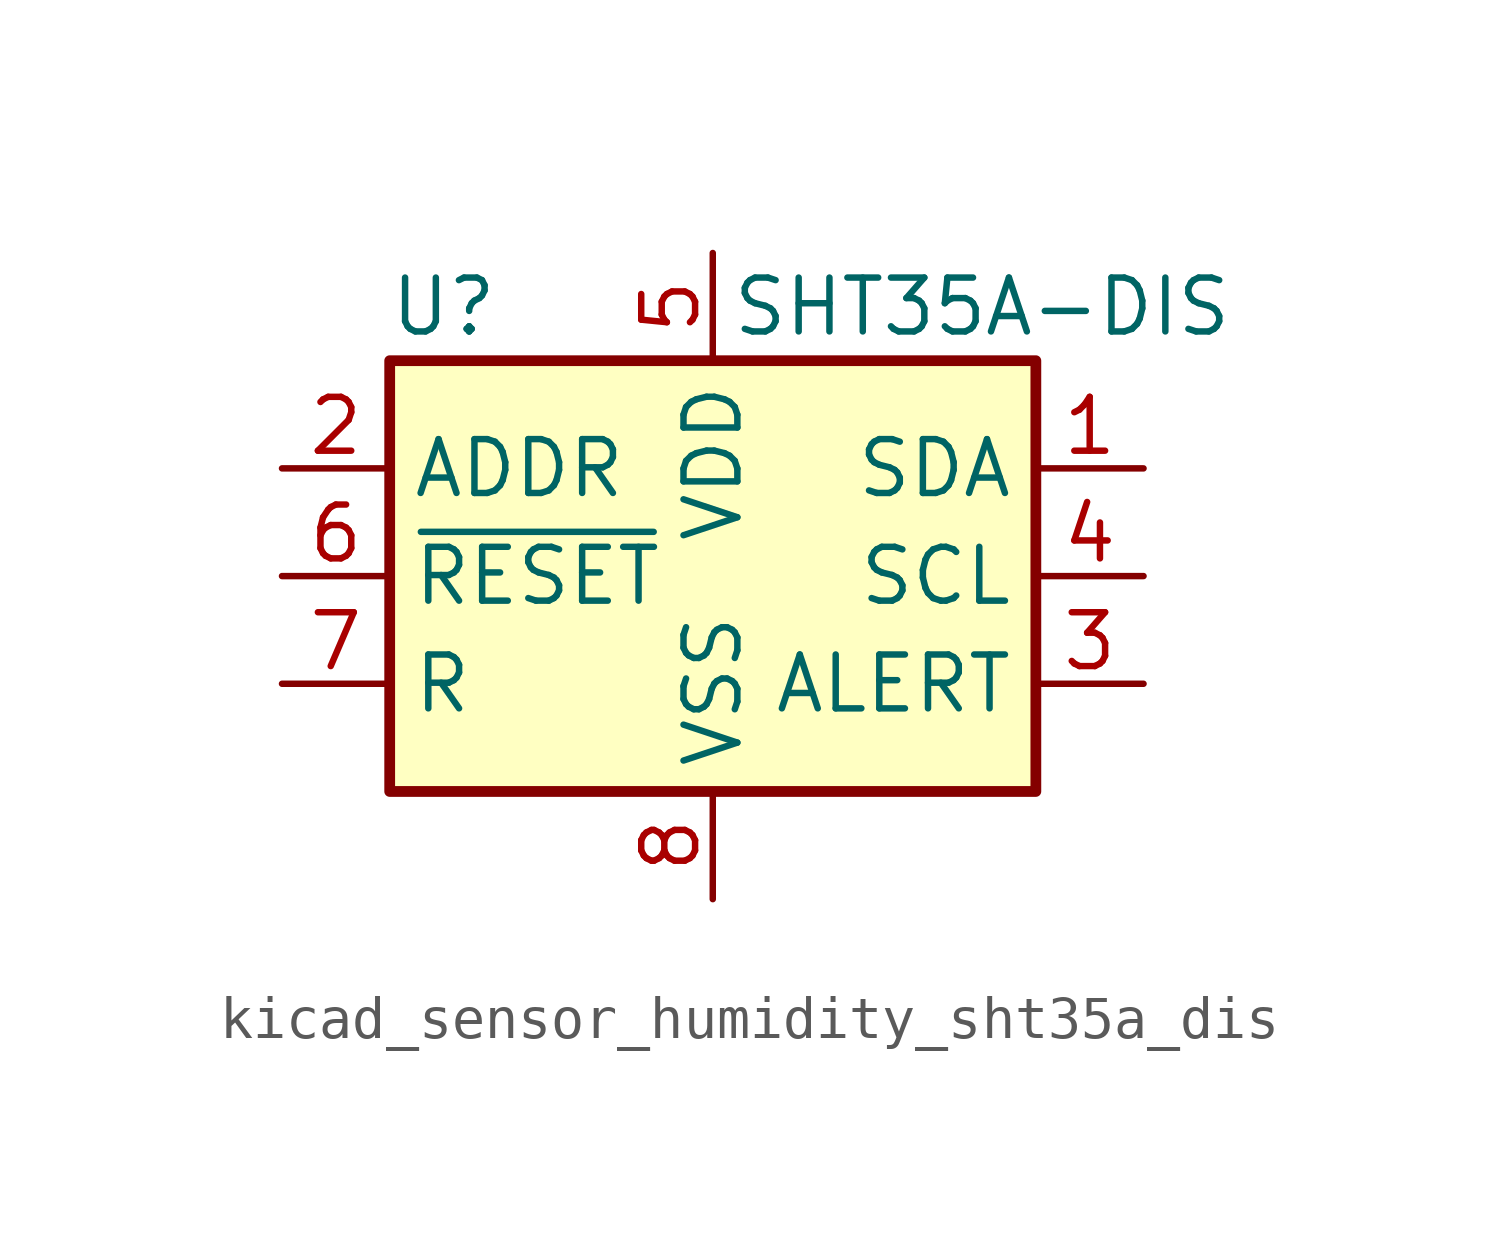
<source format=kicad_sym>
(kicad_symbol_lib
  (version 20220914)
  (generator kicad_symbol_editor)
  (symbol "kicad_sensor_humidity_sht35a_dis"
    (property "Reference" "U"
      (at -6.35 6.35 0)
      (effects (font (size 1.27 1.27))))
    (property "Value" "SHT35A-DIS"
      (at 6.35 6.35 0)
      (effects (font (size 1.27 1.27))))
    (symbol "kicad_sensor_humidity_sht35a_dis_0_1"
      (rectangle (start -7.62 5.08) (end 7.62 -5.08) (stroke (width 0.254) (type default)) (fill (type background))))
    (symbol "kicad_sensor_humidity_sht35a_dis_1_1"
      (pin bidirectional line (at 10.16 2.54 180) (length 2.54) (name "SDA" (effects (font (size 1.27 1.27)))) (number "1" (effects (font (size 1.27 1.27)))))
      (pin input line (at -10.16 2.54 0) (length 2.54) (name "ADDR" (effects (font (size 1.27 1.27)))) (number "2" (effects (font (size 1.27 1.27)))))
      (pin output line (at 10.16 -2.54 180) (length 2.54) (name "ALERT" (effects (font (size 1.27 1.27)))) (number "3" (effects (font (size 1.27 1.27)))))
      (pin input line (at 10.16 0 180) (length 2.54) (name "SCL" (effects (font (size 1.27 1.27)))) (number "4" (effects (font (size 1.27 1.27)))))
      (pin power_in line (at 0 7.62 270) (length 2.54) (name "VDD" (effects (font (size 1.27 1.27)))) (number "5" (effects (font (size 1.27 1.27)))))
      (pin input line (at -10.16 0 0) (length 2.54) (name "~{RESET}" (effects (font (size 1.27 1.27)))) (number "6" (effects (font (size 1.27 1.27)))))
      (pin passive line (at -10.16 -2.54 0) (length 2.54) (name "R" (effects (font (size 1.27 1.27)))) (number "7" (effects (font (size 1.27 1.27)))))
      (pin power_in line (at 0 -7.62 90) (length 2.54) (name "VSS" (effects (font (size 1.27 1.27)))) (number "8" (effects (font (size 1.27 1.27)))))
      (pin passive line (at 0 -7.62 90) (length 2.54) hide (name "VSS" (effects (font (size 1.27 1.27)))) (number "9" (effects (font (size 1.27 1.27))))))))
</source>
